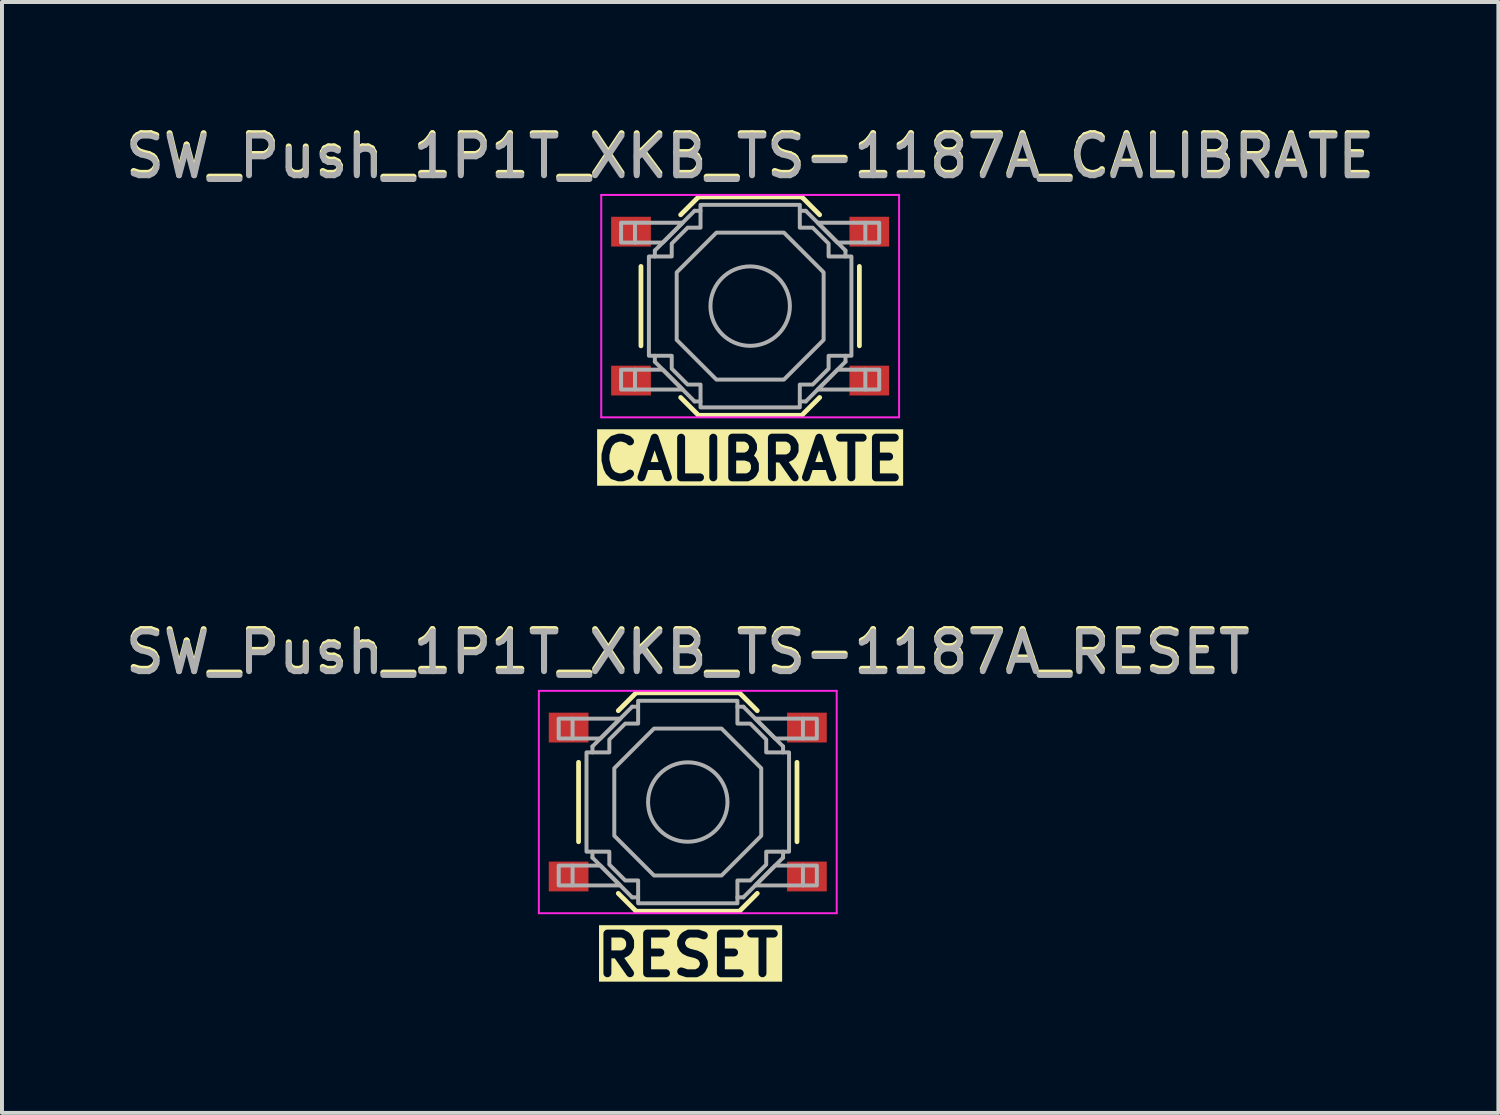
<source format=kicad_pcb>
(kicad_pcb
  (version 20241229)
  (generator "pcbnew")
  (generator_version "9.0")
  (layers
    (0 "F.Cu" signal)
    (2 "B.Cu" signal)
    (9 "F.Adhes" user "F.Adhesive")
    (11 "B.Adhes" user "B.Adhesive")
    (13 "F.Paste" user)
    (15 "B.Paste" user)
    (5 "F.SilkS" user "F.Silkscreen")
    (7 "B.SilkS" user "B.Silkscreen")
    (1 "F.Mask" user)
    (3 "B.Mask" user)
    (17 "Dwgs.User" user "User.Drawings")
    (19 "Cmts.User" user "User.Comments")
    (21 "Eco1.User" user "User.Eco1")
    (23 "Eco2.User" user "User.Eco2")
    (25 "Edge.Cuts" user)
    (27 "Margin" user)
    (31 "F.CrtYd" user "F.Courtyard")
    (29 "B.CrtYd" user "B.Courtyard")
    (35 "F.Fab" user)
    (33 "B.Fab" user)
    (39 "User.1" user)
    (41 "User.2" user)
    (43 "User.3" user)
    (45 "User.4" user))
  (footprint "SW_Push_1P1T_XKB_TS-1187A_CALIBRATE"
    (layer "F.Cu")
    (at 15.839 4.658)
    (property "Reference" "SW_Push_1P1T_XKB_TS-1187A_CALIBRATE" (at 0 -3.81 0) (layer "F.SilkS") (effects (font (size 1 1) (thickness 0.15))))
    (attr smd)
    (fp_line (start -2.75 -1) (end -2.75 1) (stroke (width 0.12) (type solid)) (layer "F.SilkS"))
    (fp_line (start -1.75 -2.3) (end -1.3 -2.75) (stroke (width 0.12) (type solid)) (layer "F.SilkS"))
    (fp_line (start -1.75 2.3) (end -1.3 2.75) (stroke (width 0.12) (type solid)) (layer "F.SilkS"))
    (fp_line (start -1.3 -2.75) (end 1.3 -2.75) (stroke (width 0.12) (type solid)) (layer "F.SilkS"))
    (fp_line (start -1.3 2.75) (end 1.3 2.75) (stroke (width 0.12) (type solid)) (layer "F.SilkS"))
    (fp_line (start 1.75 -2.3) (end 1.3 -2.75) (stroke (width 0.12) (type solid)) (layer "F.SilkS"))
    (fp_line (start 1.75 2.3) (end 1.3 2.75) (stroke (width 0.12) (type solid)) (layer "F.SilkS"))
    (fp_line (start 2.75 -1) (end 2.75 1) (stroke (width 0.12) (type solid)) (layer "F.SilkS"))
    (fp_line (start -3.75 -2.8) (end 3.75 -2.8) (stroke (width 0.05) (type solid)) (layer "F.CrtYd"))
    (fp_line (start -3.75 2.8) (end -3.75 -2.8) (stroke (width 0.05) (type solid)) (layer "F.CrtYd"))
    (fp_line (start 3.75 -2.8) (end 3.75 2.8) (stroke (width 0.05) (type solid)) (layer "F.CrtYd"))
    (fp_line (start 3.75 2.8) (end -3.75 2.8) (stroke (width 0.05) (type solid)) (layer "F.CrtYd"))
    (fp_line (start -2.9 -2.1) (end -2.9 -1.6) (stroke (width 0.1) (type solid)) (layer "F.Fab"))
    (fp_line (start -2.9 2.1) (end -2.9 1.6) (stroke (width 0.1) (type solid)) (layer "F.Fab"))
    (fp_line (start -2.4 -1.4) (end -1.4 -2.4) (stroke (width 0.1) (type solid)) (layer "F.Fab"))
    (fp_line (start -2.4 -1.25) (end -2.4 -1.4) (stroke (width 0.1) (type solid)) (layer "F.Fab"))
    (fp_line (start -2.4 1.4) (end -2.4 1.25) (stroke (width 0.1) (type solid)) (layer "F.Fab"))
    (fp_line (start -1.4 -2.4) (end -1.25 -2.4) (stroke (width 0.1) (type solid)) (layer "F.Fab"))
    (fp_line (start -1.4 2.4) (end -2.4 1.4) (stroke (width 0.1) (type solid)) (layer "F.Fab"))
    (fp_line (start -1.25 2.4) (end -1.4 2.4) (stroke (width 0.1) (type solid)) (layer "F.Fab"))
    (fp_line (start 1.25 -2.4) (end 1.4 -2.4) (stroke (width 0.1) (type solid)) (layer "F.Fab"))
    (fp_line (start 1.4 -2.4) (end 2.4 -1.4) (stroke (width 0.1) (type solid)) (layer "F.Fab"))
    (fp_line (start 1.4 2.4) (end 1.25 2.4) (stroke (width 0.1) (type solid)) (layer "F.Fab"))
    (fp_line (start 2.4 -1.4) (end 2.4 -1.25) (stroke (width 0.1) (type solid)) (layer "F.Fab"))
    (fp_line (start 2.4 1.25) (end 2.4 1.4) (stroke (width 0.1) (type solid)) (layer "F.Fab"))
    (fp_line (start 2.4 1.4) (end 1.4 2.4) (stroke (width 0.1) (type solid)) (layer "F.Fab"))
    (fp_line (start 2.9 -2.1) (end 2.9 -1.6) (stroke (width 0.1) (type solid)) (layer "F.Fab"))
    (fp_line (start 2.9 2.1) (end 2.9 1.6) (stroke (width 0.1) (type solid)) (layer "F.Fab"))
    (fp_circle (center 0 0) (end 1 0) (stroke (width 0.1) (type solid)) (fill no) (layer "F.Fab"))
    (fp_poly (pts (xy -1.7 -2.1) (xy -2.2 -1.6) (xy -3.25 -1.6) (xy -3.25 -2.1)) (stroke (width 0.1) (type solid)) (fill no) (layer "F.Fab"))
    (fp_poly (pts (xy -1.7 2.1) (xy -2.2 1.6) (xy -3.25 1.6) (xy -3.25 2.1)) (stroke (width 0.1) (type solid)) (fill no) (layer "F.Fab"))
    (fp_poly (pts (xy 1.7 -2.1) (xy 2.2 -1.6) (xy 3.25 -1.6) (xy 3.25 -2.1)) (stroke (width 0.1) (type solid)) (fill no) (layer "F.Fab"))
    (fp_poly (pts (xy 1.7 2.1) (xy 2.2 1.6) (xy 3.25 1.6) (xy 3.25 2.1)) (stroke (width 0.1) (type solid)) (fill no) (layer "F.Fab"))
    (fp_poly (pts (xy 0.85 -1.85) (xy 1.85 -0.85) (xy 1.85 0.85) (xy 0.85 1.85) (xy -0.85 1.85) (xy -1.85 0.85) (xy -1.85 -0.85) (xy -0.85 -1.85)) (stroke (width 0.1) (type solid)) (fill no) (layer "F.Fab"))
    (fp_poly (pts (xy -1.25 -2.55) (xy 1.25 -2.55) (xy 1.25 -1.975) (xy 1.575 -1.975) (xy 1.975 -1.575) (xy 1.975 -1.25) (xy 2.55 -1.25) (xy 2.55 1.25) (xy 1.975 1.25) (xy 1.975 1.575) (xy 1.575 1.975) (xy 1.25 1.975) (xy 1.25 2.55) (xy -1.25 2.55) (xy -1.25 1.975) (xy -1.575 1.975) (xy -1.975 1.575) (xy -1.975 1.25) (xy -2.55 1.25) (xy -2.55 -1.25) (xy -1.975 -1.25) (xy -1.975 -1.575) (xy -1.575 -1.975) (xy -1.25 -1.975)) (stroke (width 0.1) (type solid)) (fill no) (layer "F.Fab"))
    (fp_text user "CALIBRATE" (at 0 4.445 0) (unlocked yes) (layer "F.SilkS" knockout) (effects (font (size 1 1) (thickness 0.2) (bold yes)) (justify bottom)))
    (fp_text user "${REFERENCE}" (at 0 -3.75 0) (layer "F.Fab") (effects (font (size 1 1) (thickness 0.15))))
    (pad "1" smd rect (at -3 -1.875) (size 1 0.75) (layers "F.Cu" "F.Mask" "F.Paste"))
    (pad "1" smd rect (at 3 -1.875) (size 1 0.75) (layers "F.Cu" "F.Mask" "F.Paste"))
    (pad "2" smd rect (at -3 1.875) (size 1 0.75) (layers "F.Cu" "F.Mask" "F.Paste"))
    (pad "2" smd rect (at 3 1.875) (size 1 0.75) (layers "F.Cu" "F.Mask" "F.Paste")))
  (footprint "SW_Push_1P1T_XKB_TS-1187A_RESET"
    (layer "F.Cu")
    (at 14.268 17.145)
    (property "Reference" "SW_Push_1P1T_XKB_TS-1187A_RESET" (at 0 -3.81 0) (layer "F.SilkS") (effects (font (size 1 1) (thickness 0.15))))
    (attr smd)
    (fp_line (start -2.75 -1) (end -2.75 1) (stroke (width 0.12) (type solid)) (layer "F.SilkS"))
    (fp_line (start -1.75 -2.3) (end -1.3 -2.75) (stroke (width 0.12) (type solid)) (layer "F.SilkS"))
    (fp_line (start -1.75 2.3) (end -1.3 2.75) (stroke (width 0.12) (type solid)) (layer "F.SilkS"))
    (fp_line (start -1.3 -2.75) (end 1.3 -2.75) (stroke (width 0.12) (type solid)) (layer "F.SilkS"))
    (fp_line (start -1.3 2.75) (end 1.3 2.75) (stroke (width 0.12) (type solid)) (layer "F.SilkS"))
    (fp_line (start 1.75 -2.3) (end 1.3 -2.75) (stroke (width 0.12) (type solid)) (layer "F.SilkS"))
    (fp_line (start 1.75 2.3) (end 1.3 2.75) (stroke (width 0.12) (type solid)) (layer "F.SilkS"))
    (fp_line (start 2.75 -1) (end 2.75 1) (stroke (width 0.12) (type solid)) (layer "F.SilkS"))
    (fp_line (start -3.75 -2.8) (end 3.75 -2.8) (stroke (width 0.05) (type solid)) (layer "F.CrtYd"))
    (fp_line (start -3.75 2.8) (end -3.75 -2.8) (stroke (width 0.05) (type solid)) (layer "F.CrtYd"))
    (fp_line (start 3.75 -2.8) (end 3.75 2.8) (stroke (width 0.05) (type solid)) (layer "F.CrtYd"))
    (fp_line (start 3.75 2.8) (end -3.75 2.8) (stroke (width 0.05) (type solid)) (layer "F.CrtYd"))
    (fp_line (start -2.9 -2.1) (end -2.9 -1.6) (stroke (width 0.1) (type solid)) (layer "F.Fab"))
    (fp_line (start -2.9 2.1) (end -2.9 1.6) (stroke (width 0.1) (type solid)) (layer "F.Fab"))
    (fp_line (start -2.4 -1.4) (end -1.4 -2.4) (stroke (width 0.1) (type solid)) (layer "F.Fab"))
    (fp_line (start -2.4 -1.25) (end -2.4 -1.4) (stroke (width 0.1) (type solid)) (layer "F.Fab"))
    (fp_line (start -2.4 1.4) (end -2.4 1.25) (stroke (width 0.1) (type solid)) (layer "F.Fab"))
    (fp_line (start -1.4 -2.4) (end -1.25 -2.4) (stroke (width 0.1) (type solid)) (layer "F.Fab"))
    (fp_line (start -1.4 2.4) (end -2.4 1.4) (stroke (width 0.1) (type solid)) (layer "F.Fab"))
    (fp_line (start -1.25 2.4) (end -1.4 2.4) (stroke (width 0.1) (type solid)) (layer "F.Fab"))
    (fp_line (start 1.25 -2.4) (end 1.4 -2.4) (stroke (width 0.1) (type solid)) (layer "F.Fab"))
    (fp_line (start 1.4 -2.4) (end 2.4 -1.4) (stroke (width 0.1) (type solid)) (layer "F.Fab"))
    (fp_line (start 1.4 2.4) (end 1.25 2.4) (stroke (width 0.1) (type solid)) (layer "F.Fab"))
    (fp_line (start 2.4 -1.4) (end 2.4 -1.25) (stroke (width 0.1) (type solid)) (layer "F.Fab"))
    (fp_line (start 2.4 1.25) (end 2.4 1.4) (stroke (width 0.1) (type solid)) (layer "F.Fab"))
    (fp_line (start 2.4 1.4) (end 1.4 2.4) (stroke (width 0.1) (type solid)) (layer "F.Fab"))
    (fp_line (start 2.9 -2.1) (end 2.9 -1.6) (stroke (width 0.1) (type solid)) (layer "F.Fab"))
    (fp_line (start 2.9 2.1) (end 2.9 1.6) (stroke (width 0.1) (type solid)) (layer "F.Fab"))
    (fp_circle (center 0 0) (end 1 0) (stroke (width 0.1) (type solid)) (fill no) (layer "F.Fab"))
    (fp_poly (pts (xy -1.7 -2.1) (xy -2.2 -1.6) (xy -3.25 -1.6) (xy -3.25 -2.1)) (stroke (width 0.1) (type solid)) (fill no) (layer "F.Fab"))
    (fp_poly (pts (xy -1.7 2.1) (xy -2.2 1.6) (xy -3.25 1.6) (xy -3.25 2.1)) (stroke (width 0.1) (type solid)) (fill no) (layer "F.Fab"))
    (fp_poly (pts (xy 1.7 -2.1) (xy 2.2 -1.6) (xy 3.25 -1.6) (xy 3.25 -2.1)) (stroke (width 0.1) (type solid)) (fill no) (layer "F.Fab"))
    (fp_poly (pts (xy 1.7 2.1) (xy 2.2 1.6) (xy 3.25 1.6) (xy 3.25 2.1)) (stroke (width 0.1) (type solid)) (fill no) (layer "F.Fab"))
    (fp_poly (pts (xy 0.85 -1.85) (xy 1.85 -0.85) (xy 1.85 0.85) (xy 0.85 1.85) (xy -0.85 1.85) (xy -1.85 0.85) (xy -1.85 -0.85) (xy -0.85 -1.85)) (stroke (width 0.1) (type solid)) (fill no) (layer "F.Fab"))
    (fp_poly (pts (xy -1.25 -2.55) (xy 1.25 -2.55) (xy 1.25 -1.975) (xy 1.575 -1.975) (xy 1.975 -1.575) (xy 1.975 -1.25) (xy 2.55 -1.25) (xy 2.55 1.25) (xy 1.975 1.25) (xy 1.975 1.575) (xy 1.575 1.975) (xy 1.25 1.975) (xy 1.25 2.55) (xy -1.25 2.55) (xy -1.25 1.975) (xy -1.575 1.975) (xy -1.975 1.575) (xy -1.975 1.25) (xy -2.55 1.25) (xy -2.55 -1.25) (xy -1.975 -1.25) (xy -1.975 -1.575) (xy -1.575 -1.975) (xy -1.25 -1.975)) (stroke (width 0.1) (type solid)) (fill no) (layer "F.Fab"))
    (fp_text user "RESET" (at 0 4.445 0) (unlocked yes) (layer "F.SilkS" knockout) (effects (font (size 1 1) (thickness 0.2) (bold yes)) (justify bottom)))
    (fp_text user "${REFERENCE}" (at 0 -3.75 0) (layer "F.Fab") (effects (font (size 1 1) (thickness 0.15))))
    (pad "1" smd rect (at -3 -1.875) (size 1 0.75) (layers "F.Cu" "F.Mask" "F.Paste"))
    (pad "1" smd rect (at 3 -1.875) (size 1 0.75) (layers "F.Cu" "F.Mask" "F.Paste"))
    (pad "2" smd rect (at -3 1.875) (size 1 0.75) (layers "F.Cu" "F.Mask" "F.Paste"))
    (pad "2" smd rect (at 3 1.875) (size 1 0.75) (layers "F.Cu" "F.Mask" "F.Paste")))
  (gr_rect
    (start -3 -3)
    (end 34.679 24.973)
    (stroke (width 0.1) (type default))
    (fill no)
    (layer "Edge.Cuts")))
</source>
